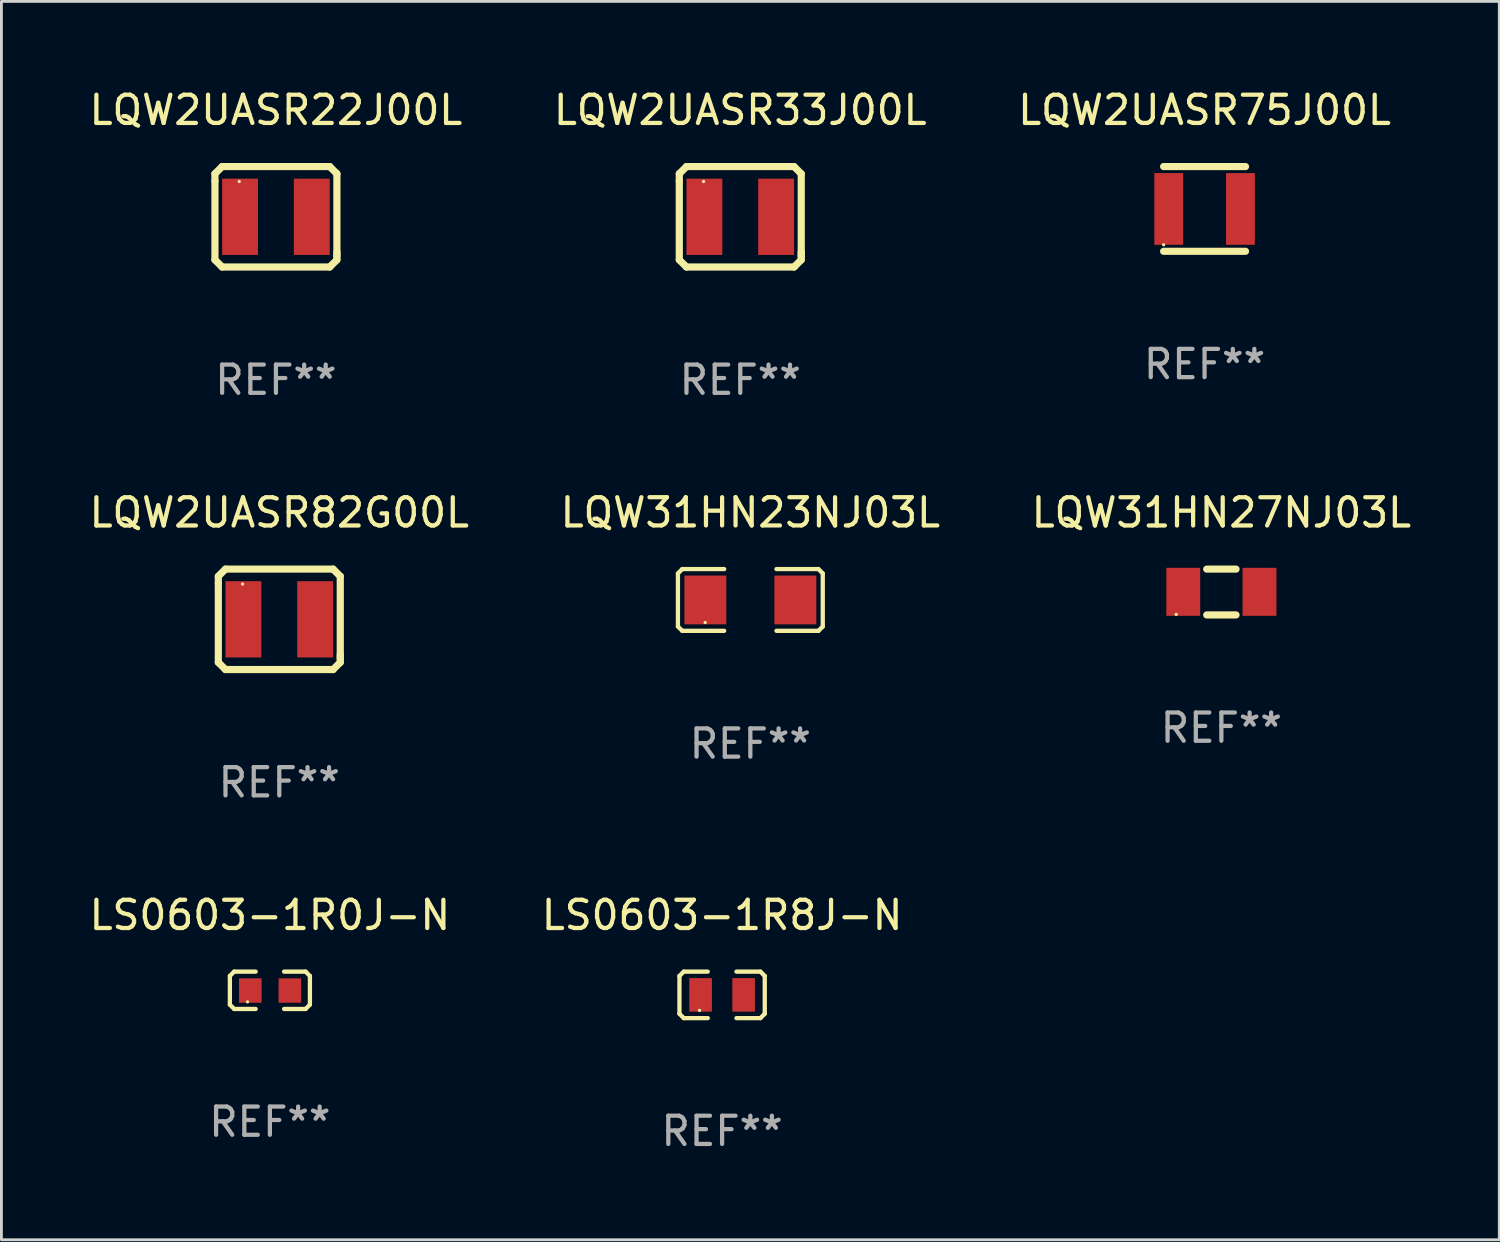
<source format=kicad_pcb>
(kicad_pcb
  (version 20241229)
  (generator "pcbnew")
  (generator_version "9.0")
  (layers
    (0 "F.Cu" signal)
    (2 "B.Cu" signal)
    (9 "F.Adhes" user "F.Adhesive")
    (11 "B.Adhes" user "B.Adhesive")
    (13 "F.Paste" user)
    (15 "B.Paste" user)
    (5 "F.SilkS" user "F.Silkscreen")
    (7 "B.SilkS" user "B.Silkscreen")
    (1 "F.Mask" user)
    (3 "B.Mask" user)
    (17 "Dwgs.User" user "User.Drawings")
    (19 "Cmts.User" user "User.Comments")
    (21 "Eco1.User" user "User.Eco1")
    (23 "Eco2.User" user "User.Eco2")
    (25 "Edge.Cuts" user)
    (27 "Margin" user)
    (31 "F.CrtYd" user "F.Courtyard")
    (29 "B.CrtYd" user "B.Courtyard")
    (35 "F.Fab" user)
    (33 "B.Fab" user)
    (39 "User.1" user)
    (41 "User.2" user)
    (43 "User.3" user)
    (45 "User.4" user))
  (footprint "LQW31HN27NJ03L"
    (layer "F.Cu")
    (at 40.196 17.912)
    (property "Reference" "LQW31HN27NJ03L" (at 0 -2.811 0) (layer "F.SilkS") (effects (font (size 1 1) (thickness 0.15))))
    (attr through_hole)
    (fp_line (start -0.519 -0.811) (end 0.519 -0.811) (stroke (width 0.254) (type solid)) (layer "F.SilkS"))
    (fp_line (start -0.519 0.811) (end 0.519 0.811) (stroke (width 0.254) (type solid)) (layer "F.SilkS"))
    (fp_circle (center -1.6 0.793) (end -1.57 0.793) (stroke (width 0.06) (type solid)) (fill no) (layer "F.SilkS"))
    (fp_text user "REF**" (at 0 4.811 0) (layer "F.Fab") (effects (font (size 1 1) (thickness 0.15))))
    (pad "1" smd rect (at -1.35 -0.007) (size 1.2 1.7) (layers "F.Cu" "F.Mask" "F.Paste"))
    (pad "2" smd rect (at 1.35 -0.007) (size 1.2 1.7) (layers "F.Cu" "F.Mask" "F.Paste")))
  (footprint "LQW2UASR75J00L"
    (layer "F.Cu")
    (at 39.601 4.348)
    (property "Reference" "LQW2UASR75J00L" (at 0 -3.5 0) (layer "F.SilkS") (effects (font (size 1 1) (thickness 0.15))))
    (attr through_hole)
    (fp_line (start -1.45 -1.5) (end 1.45 -1.5) (stroke (width 0.254) (type solid)) (layer "F.SilkS"))
    (fp_line (start -1.45 1.5) (end 1.45 1.5) (stroke (width 0.254) (type solid)) (layer "F.SilkS"))
    (fp_circle (center -1.45 1.27) (end -1.42 1.27) (stroke (width 0.06) (type solid)) (fill no) (layer "F.SilkS"))
    (fp_text user "REF**" (at 0 5.5 0) (layer "F.Fab") (effects (font (size 1 1) (thickness 0.15))))
    (pad "1" smd rect (at -1.27 0 90) (size 2.54 1.02) (layers "F.Cu" "F.Mask" "F.Paste"))
    (pad "2" smd rect (at 1.27 0 90) (size 2.54 1.02) (layers "F.Cu" "F.Mask" "F.Paste")))
  (footprint "LQW2UASR33J00L"
    (layer "F.Cu")
    (at 23.161 4.626)
    (property "Reference" "LQW2UASR33J00L" (at 0 -3.778 0) (layer "F.SilkS") (effects (font (size 1 1) (thickness 0.15))))
    (attr through_hole)
    (fp_line (start -2.159 -1.524) (end -1.905 -1.778) (stroke (width 0.254) (type solid)) (layer "F.SilkS"))
    (fp_line (start -2.159 -1.27) (end -2.159 -1.524) (stroke (width 0.254) (type solid)) (layer "F.SilkS"))
    (fp_line (start -2.159 1.524) (end -2.159 -1.27) (stroke (width 0.254) (type solid)) (layer "F.SilkS"))
    (fp_line (start -1.905 -1.778) (end 1.905 -1.778) (stroke (width 0.254) (type solid)) (layer "F.SilkS"))
    (fp_line (start -1.905 1.778) (end -2.159 1.524) (stroke (width 0.254) (type solid)) (layer "F.SilkS"))
    (fp_line (start 1.905 -1.778) (end 2.159 -1.524) (stroke (width 0.254) (type solid)) (layer "F.SilkS"))
    (fp_line (start 1.905 1.778) (end -1.905 1.778) (stroke (width 0.254) (type solid)) (layer "F.SilkS"))
    (fp_line (start 2.159 -1.524) (end 2.159 1.397) (stroke (width 0.254) (type solid)) (layer "F.SilkS"))
    (fp_line (start 2.159 1.244) (end 2.159 1.524) (stroke (width 0.254) (type solid)) (layer "F.SilkS"))
    (fp_line (start 2.159 1.524) (end 1.905 1.778) (stroke (width 0.254) (type solid)) (layer "F.SilkS"))
    (fp_circle (center -1.3 -1.25) (end -1.27 -1.25) (stroke (width 0.06) (type solid)) (fill no) (layer "F.SilkS"))
    (fp_text user "REF**" (at 0 5.778 0) (layer "F.Fab") (effects (font (size 1 1) (thickness 0.15))))
    (pad "1" smd rect (at -1.27 0) (size 1.27 2.7) (layers "F.Cu" "F.Mask" "F.Paste"))
    (pad "2" smd rect (at 1.27 0) (size 1.27 2.7) (layers "F.Cu" "F.Mask" "F.Paste")))
  (footprint "LQW2UASR22J00L"
    (layer "F.Cu")
    (at 6.72 4.626)
    (property "Reference" "LQW2UASR22J00L" (at 0 -3.778 0) (layer "F.SilkS") (effects (font (size 1 1) (thickness 0.15))))
    (attr through_hole)
    (fp_line (start -2.159 -1.524) (end -1.905 -1.778) (stroke (width 0.254) (type solid)) (layer "F.SilkS"))
    (fp_line (start -2.159 -1.27) (end -2.159 -1.524) (stroke (width 0.254) (type solid)) (layer "F.SilkS"))
    (fp_line (start -2.159 1.524) (end -2.159 -1.27) (stroke (width 0.254) (type solid)) (layer "F.SilkS"))
    (fp_line (start -1.905 -1.778) (end 1.905 -1.778) (stroke (width 0.254) (type solid)) (layer "F.SilkS"))
    (fp_line (start -1.905 1.778) (end -2.159 1.524) (stroke (width 0.254) (type solid)) (layer "F.SilkS"))
    (fp_line (start 1.905 -1.778) (end 2.159 -1.524) (stroke (width 0.254) (type solid)) (layer "F.SilkS"))
    (fp_line (start 1.905 1.778) (end -1.905 1.778) (stroke (width 0.254) (type solid)) (layer "F.SilkS"))
    (fp_line (start 2.159 -1.524) (end 2.159 1.397) (stroke (width 0.254) (type solid)) (layer "F.SilkS"))
    (fp_line (start 2.159 1.244) (end 2.159 1.524) (stroke (width 0.254) (type solid)) (layer "F.SilkS"))
    (fp_line (start 2.159 1.524) (end 1.905 1.778) (stroke (width 0.254) (type solid)) (layer "F.SilkS"))
    (fp_circle (center -1.3 -1.25) (end -1.27 -1.25) (stroke (width 0.06) (type solid)) (fill no) (layer "F.SilkS"))
    (fp_text user "REF**" (at 0 5.778 0) (layer "F.Fab") (effects (font (size 1 1) (thickness 0.15))))
    (pad "1" smd rect (at -1.27 0) (size 1.27 2.7) (layers "F.Cu" "F.Mask" "F.Paste"))
    (pad "2" smd rect (at 1.27 0) (size 1.27 2.7) (layers "F.Cu" "F.Mask" "F.Paste")))
  (footprint "LQW2UASR82G00L"
    (layer "F.Cu")
    (at 6.839 18.879)
    (property "Reference" "LQW2UASR82G00L" (at 0 -3.778 0) (layer "F.SilkS") (effects (font (size 1 1) (thickness 0.15))))
    (attr through_hole)
    (fp_line (start -2.159 -1.524) (end -1.905 -1.778) (stroke (width 0.254) (type solid)) (layer "F.SilkS"))
    (fp_line (start -2.159 -1.27) (end -2.159 -1.524) (stroke (width 0.254) (type solid)) (layer "F.SilkS"))
    (fp_line (start -2.159 1.524) (end -2.159 -1.27) (stroke (width 0.254) (type solid)) (layer "F.SilkS"))
    (fp_line (start -1.905 -1.778) (end 1.905 -1.778) (stroke (width 0.254) (type solid)) (layer "F.SilkS"))
    (fp_line (start -1.905 1.778) (end -2.159 1.524) (stroke (width 0.254) (type solid)) (layer "F.SilkS"))
    (fp_line (start 1.905 -1.778) (end 2.159 -1.524) (stroke (width 0.254) (type solid)) (layer "F.SilkS"))
    (fp_line (start 1.905 1.778) (end -1.905 1.778) (stroke (width 0.254) (type solid)) (layer "F.SilkS"))
    (fp_line (start 2.159 -1.524) (end 2.159 1.397) (stroke (width 0.254) (type solid)) (layer "F.SilkS"))
    (fp_line (start 2.159 1.244) (end 2.159 1.524) (stroke (width 0.254) (type solid)) (layer "F.SilkS"))
    (fp_line (start 2.159 1.524) (end 1.905 1.778) (stroke (width 0.254) (type solid)) (layer "F.SilkS"))
    (fp_circle (center -1.3 -1.25) (end -1.27 -1.25) (stroke (width 0.06) (type solid)) (fill no) (layer "F.SilkS"))
    (fp_text user "REF**" (at 0 5.778 0) (layer "F.Fab") (effects (font (size 1 1) (thickness 0.15))))
    (pad "1" smd rect (at -1.27 0) (size 1.27 2.7) (layers "F.Cu" "F.Mask" "F.Paste"))
    (pad "2" smd rect (at 1.27 0) (size 1.27 2.7) (layers "F.Cu" "F.Mask" "F.Paste")))
  (footprint "LS0603-1R0J-N"
    (layer "F.Cu")
    (at 6.506 32.014)
    (property "Reference" "LS0603-1R0J-N" (at 0 -2.661 0) (layer "F.SilkS") (effects (font (size 1 1) (thickness 0.15))))
    (attr through_hole)
    (fp_line (start -1.417 -0.508) (end -1.265 -0.661) (stroke (width 0.152) (type solid)) (layer "F.SilkS"))
    (fp_line (start -1.417 0.508) (end -1.417 -0.508) (stroke (width 0.152) (type solid)) (layer "F.SilkS"))
    (fp_line (start -1.265 -0.661) (end -0.503 -0.661) (stroke (width 0.152) (type solid)) (layer "F.SilkS"))
    (fp_line (start -1.265 0.661) (end -1.417 0.508) (stroke (width 0.152) (type solid)) (layer "F.SilkS"))
    (fp_line (start -1.265 0.661) (end -0.503 0.661) (stroke (width 0.152) (type solid)) (layer "F.SilkS"))
    (fp_line (start 1.265 -0.661) (end 0.503 -0.661) (stroke (width 0.152) (type solid)) (layer "F.SilkS"))
    (fp_line (start 1.265 -0.661) (end 1.417 -0.508) (stroke (width 0.152) (type solid)) (layer "F.SilkS"))
    (fp_line (start 1.265 0.661) (end 0.503 0.661) (stroke (width 0.152) (type solid)) (layer "F.SilkS"))
    (fp_line (start 1.417 -0.508) (end 1.417 0.508) (stroke (width 0.152) (type solid)) (layer "F.SilkS"))
    (fp_line (start 1.417 0.508) (end 1.265 0.661) (stroke (width 0.152) (type solid)) (layer "F.SilkS"))
    (fp_circle (center -0.793 0.409) (end -0.763 0.409) (stroke (width 0.06) (type solid)) (fill no) (layer "F.SilkS"))
    (fp_text user "REF**" (at 0 4.661 0) (layer "F.Fab") (effects (font (size 1 1) (thickness 0.15))))
    (pad "1" smd rect (at -0.693 0.009 180) (size 0.8 0.864) (layers "F.Cu" "F.Mask" "F.Paste"))
    (pad "2" smd rect (at 0.707 0.009 180) (size 0.8 0.864) (layers "F.Cu" "F.Mask" "F.Paste")))
  (footprint "LQW31HN23NJ03L"
    (layer "F.Cu")
    (at 23.518 18.193)
    (property "Reference" "LQW31HN23NJ03L" (at 0 -3.093 0) (layer "F.SilkS") (effects (font (size 1 1) (thickness 0.15))))
    (attr through_hole)
    (fp_line (start -2.564 -0.94) (end -2.411 -1.093) (stroke (width 0.152) (type solid)) (layer "F.SilkS"))
    (fp_line (start -2.564 0.94) (end -2.564 -0.94) (stroke (width 0.152) (type solid)) (layer "F.SilkS"))
    (fp_line (start -2.411 -1.093) (end -0.926 -1.093) (stroke (width 0.152) (type solid)) (layer "F.SilkS"))
    (fp_line (start -2.411 1.093) (end -2.564 0.94) (stroke (width 0.152) (type solid)) (layer "F.SilkS"))
    (fp_line (start -0.926 1.093) (end -2.411 1.093) (stroke (width 0.152) (type solid)) (layer "F.SilkS"))
    (fp_line (start 0.926 1.093) (end 2.411 1.093) (stroke (width 0.152) (type solid)) (layer "F.SilkS"))
    (fp_line (start 2.411 -1.093) (end 0.926 -1.093) (stroke (width 0.152) (type solid)) (layer "F.SilkS"))
    (fp_line (start 2.411 1.093) (end 2.564 0.94) (stroke (width 0.152) (type solid)) (layer "F.SilkS"))
    (fp_line (start 2.564 -0.94) (end 2.411 -1.093) (stroke (width 0.152) (type solid)) (layer "F.SilkS"))
    (fp_line (start 2.564 0.94) (end 2.564 -0.94) (stroke (width 0.152) (type solid)) (layer "F.SilkS"))
    (fp_circle (center -1.6 0.8) (end -1.57 0.8) (stroke (width 0.06) (type solid)) (fill no) (layer "F.SilkS"))
    (fp_text user "REF**" (at 0 5.093 0) (layer "F.Fab") (effects (font (size 1 1) (thickness 0.15))))
    (pad "1" smd rect (at -1.593 0) (size 1.485 1.728) (layers "F.Cu" "F.Mask" "F.Paste"))
    (pad "2" smd rect (at 1.593 0) (size 1.485 1.728) (layers "F.Cu" "F.Mask" "F.Paste")))
  (footprint "LS0603-1R8J-N"
    (layer "F.Cu")
    (at 22.518 32.176)
    (property "Reference" "LS0603-1R8J-N" (at 0 -2.823 0) (layer "F.SilkS") (effects (font (size 1 1) (thickness 0.15))))
    (attr through_hole)
    (fp_line (start -1.51 -0.67) (end -1.51 0.67) (stroke (width 0.152) (type solid)) (layer "F.SilkS"))
    (fp_line (start -1.51 0.67) (end -1.357 0.823) (stroke (width 0.152) (type solid)) (layer "F.SilkS"))
    (fp_line (start -1.357 -0.823) (end -1.51 -0.67) (stroke (width 0.152) (type solid)) (layer "F.SilkS"))
    (fp_line (start -1.357 -0.823) (end -0.508 -0.823) (stroke (width 0.152) (type solid)) (layer "F.SilkS"))
    (fp_line (start -1.357 0.823) (end -0.508 0.823) (stroke (width 0.152) (type solid)) (layer "F.SilkS"))
    (fp_line (start 1.357 -0.823) (end 0.508 -0.823) (stroke (width 0.152) (type solid)) (layer "F.SilkS"))
    (fp_line (start 1.357 -0.823) (end 1.51 -0.67) (stroke (width 0.152) (type solid)) (layer "F.SilkS"))
    (fp_line (start 1.357 0.823) (end 0.508 0.823) (stroke (width 0.152) (type solid)) (layer "F.SilkS"))
    (fp_line (start 1.51 -0.67) (end 1.51 0.67) (stroke (width 0.152) (type solid)) (layer "F.SilkS"))
    (fp_line (start 1.51 0.67) (end 1.357 0.823) (stroke (width 0.152) (type solid)) (layer "F.SilkS"))
    (fp_circle (center -0.8 0.55) (end -0.77 0.55) (stroke (width 0.06) (type solid)) (fill no) (layer "F.SilkS"))
    (fp_text user "REF**" (at 0 4.823 0) (layer "F.Fab") (effects (font (size 1 1) (thickness 0.15))))
    (pad "1" smd rect (at -0.762 0) (size 0.8 1.188) (layers "F.Cu" "F.Mask" "F.Paste"))
    (pad "2" smd rect (at 0.762 0) (size 0.8 1.188) (layers "F.Cu" "F.Mask" "F.Paste")))
  (gr_rect
    (start -3 -3)
    (end 50.036 40.847)
    (stroke (width 0.1) (type default))
    (fill no)
    (layer "Edge.Cuts")))
</source>
